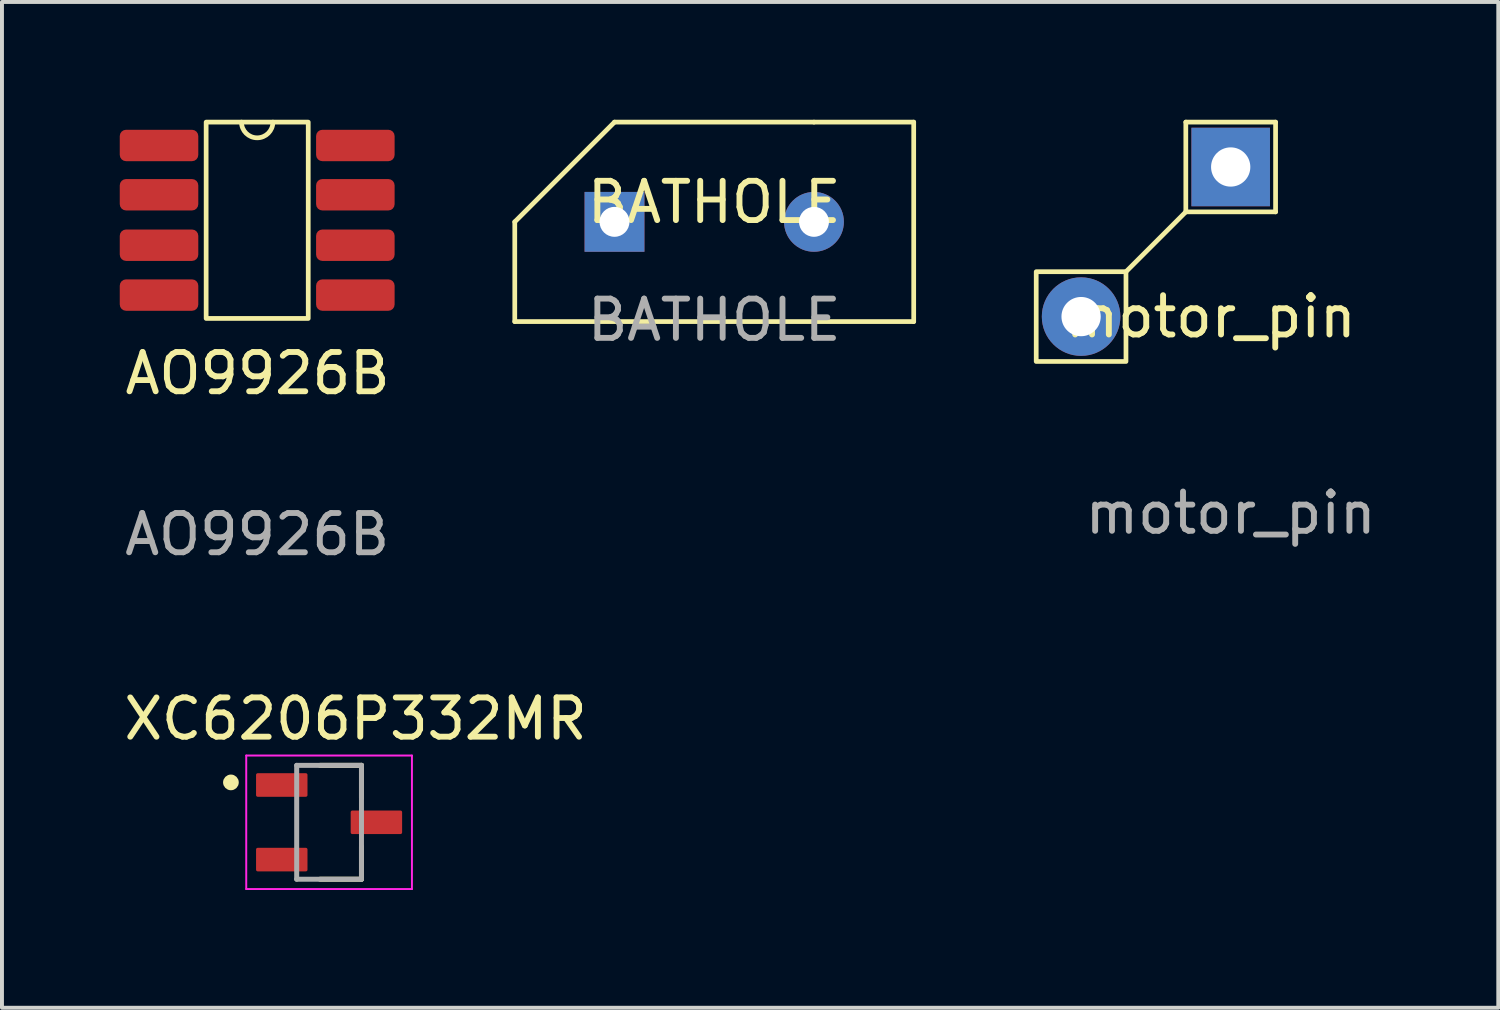
<source format=kicad_pcb>
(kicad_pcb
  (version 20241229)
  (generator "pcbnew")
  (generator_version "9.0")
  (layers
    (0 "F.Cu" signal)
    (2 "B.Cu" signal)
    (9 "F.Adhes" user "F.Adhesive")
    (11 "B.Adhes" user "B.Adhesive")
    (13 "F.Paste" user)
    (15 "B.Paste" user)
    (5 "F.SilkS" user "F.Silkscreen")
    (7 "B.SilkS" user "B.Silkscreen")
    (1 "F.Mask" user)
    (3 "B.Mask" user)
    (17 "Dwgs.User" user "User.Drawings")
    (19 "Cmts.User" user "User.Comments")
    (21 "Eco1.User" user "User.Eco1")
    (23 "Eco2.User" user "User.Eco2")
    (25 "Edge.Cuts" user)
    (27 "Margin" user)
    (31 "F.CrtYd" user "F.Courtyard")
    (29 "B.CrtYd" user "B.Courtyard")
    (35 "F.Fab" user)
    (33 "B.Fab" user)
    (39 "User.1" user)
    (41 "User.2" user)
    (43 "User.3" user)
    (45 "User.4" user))
  (footprint "motor_pin"
    (layer "F.Cu")
    (at 28.293 5.013)
    (property "Reference" "motor_pin" (at -0.508 0 0) (unlocked yes) (layer "F.SilkS") (effects (font (size 1 1) (thickness 0.15))))
    (attr through_hole)
    (fp_line (start -2.667 -1.143) (end -1.143 -2.667) (stroke (width 0.12) (type solid)) (layer "F.SilkS"))
    (fp_line (start -1.143 -4.953) (end 1.143 -4.953) (stroke (width 0.12) (type solid)) (layer "F.SilkS"))
    (fp_line (start -1.143 -2.667) (end -1.143 -4.953) (stroke (width 0.12) (type solid)) (layer "F.SilkS"))
    (fp_line (start 1.143 -4.953) (end 1.143 -2.667) (stroke (width 0.12) (type solid)) (layer "F.SilkS"))
    (fp_line (start 1.143 -2.667) (end -1.143 -2.667) (stroke (width 0.12) (type solid)) (layer "F.SilkS"))
    (fp_rect (start -4.953 1.143) (end -2.667 -1.143) (stroke (width 0.12) (type solid)) (fill no) (layer "F.SilkS"))
    (fp_text user "${REFERENCE}" (at 0 5 0) (unlocked yes) (layer "F.Fab") (effects (font (size 1 1) (thickness 0.15))))
    (pad "1" thru_hole circle (at -3.81 0) (size 2 2) (drill 1) (layers "*.Cu" "*.Mask"))
    (pad "2" thru_hole rect (at 0 -3.81) (size 2 2) (drill 1) (layers "*.Cu" "*.Mask")))
  (footprint "XC6206P332MR"
    (layer "F.Cu")
    (at 5.331 17.892)
    (property "Reference" "XC6206P332MR" (at 0.675 -2.635 0) (layer "F.SilkS") (effects (font (size 1 1) (thickness 0.15))))
    (attr through_hole)
    (fp_line (start -0.23 1.45) (end 0.825 1.45) (stroke (width 0.127) (type solid)) (layer "F.SilkS"))
    (fp_line (start 0.825 -1.45) (end -0.23 -1.45) (stroke (width 0.127) (type solid)) (layer "F.SilkS"))
    (fp_line (start 0.825 -0.62) (end 0.825 -1.45) (stroke (width 0.127) (type solid)) (layer "F.SilkS"))
    (fp_line (start 0.825 1.45) (end 0.825 0.62) (stroke (width 0.127) (type solid)) (layer "F.SilkS"))
    (fp_circle (center -2.5 -1.016) (end -2.4 -1.016) (stroke (width 0.2) (type solid)) (fill no) (layer "F.SilkS"))
    (fp_line (start -2.11 -1.7) (end 2.11 -1.7) (stroke (width 0.05) (type solid)) (layer "F.CrtYd"))
    (fp_line (start -2.11 1.7) (end -2.11 -1.7) (stroke (width 0.05) (type solid)) (layer "F.CrtYd"))
    (fp_line (start 2.11 -1.7) (end 2.11 1.7) (stroke (width 0.05) (type solid)) (layer "F.CrtYd"))
    (fp_line (start 2.11 1.7) (end -2.11 1.7) (stroke (width 0.05) (type solid)) (layer "F.CrtYd"))
    (fp_line (start -0.825 -1.45) (end -0.825 1.45) (stroke (width 0.127) (type solid)) (layer "F.Fab"))
    (fp_line (start -0.825 1.45) (end 0.825 1.45) (stroke (width 0.127) (type solid)) (layer "F.Fab"))
    (fp_line (start 0.825 -1.45) (end -0.825 -1.45) (stroke (width 0.127) (type solid)) (layer "F.Fab"))
    (fp_line (start 0.825 1.45) (end 0.825 -1.45) (stroke (width 0.127) (type solid)) (layer "F.Fab"))
    (pad "1" smd roundrect (at -1.205 -0.95) (size 1.31 0.6) (layers "F.Cu" "F.Mask" "F.Paste") (roundrect_rratio 0.07))
    (pad "2" smd roundrect (at -1.205 0.95) (size 1.31 0.6) (layers "F.Cu" "F.Mask" "F.Paste") (roundrect_rratio 0.07))
    (pad "3" smd roundrect (at 1.205 0) (size 1.31 0.6) (layers "F.Cu" "F.Mask" "F.Paste") (roundrect_rratio 0.07)))
  (footprint "BATHOLE"
    (layer "F.Cu")
    (at 15.14 2.6)
    (property "Reference" "BATHOLE" (at 0 -0.5 0) (unlocked yes) (layer "F.SilkS") (effects (font (size 1 1) (thickness 0.15))))
    (attr through_hole)
    (fp_line (start -5.08 0) (end -2.54 -2.54) (stroke (width 0.12) (type solid)) (layer "F.SilkS"))
    (fp_line (start -5.08 2.54) (end -5.08 0) (stroke (width 0.12) (type solid)) (layer "F.SilkS"))
    (fp_line (start -2.54 -2.54) (end 2.54 -2.54) (stroke (width 0.12) (type solid)) (layer "F.SilkS"))
    (fp_line (start 2.54 -2.54) (end 5.08 -2.54) (stroke (width 0.12) (type solid)) (layer "F.SilkS"))
    (fp_line (start 5.08 -2.54) (end 5.08 2.54) (stroke (width 0.12) (type solid)) (layer "F.SilkS"))
    (fp_line (start 5.08 2.54) (end -5.08 2.54) (stroke (width 0.12) (type solid)) (layer "F.SilkS"))
    (fp_text user "${REFERENCE}" (at 0 2.5 0) (unlocked yes) (layer "F.Fab") (effects (font (size 1 1) (thickness 0.15))))
    (pad "1" thru_hole rect (at -2.54 0) (size 1.524 1.524) (drill 0.762) (layers "*.Cu" "*.Mask"))
    (pad "2" thru_hole circle (at 2.54 0) (size 1.524 1.524) (drill 0.762) (layers "*.Cu" "*.Mask")))
  (footprint "AO9926B"
    (layer "F.Cu")
    (at 3.5 2.56)
    (property "Reference" "AO9926B" (at 0.01 3.9 0) (unlocked yes) (layer "F.SilkS") (effects (font (size 1 1) (thickness 0.15))))
    (attr smd)
    (fp_rect (start -1.3 2.5) (end 1.3 -2.5) (stroke (width 0.12) (type solid)) (fill no) (layer "F.SilkS"))
    (fp_arc (start 0.4 -2.5) (mid 0 -2.1) (end -0.4 -2.5) (stroke (width 0.12) (type solid)) (layer "F.SilkS"))
    (fp_text user "${REFERENCE}" (at 0 8 0) (unlocked yes) (layer "F.Fab") (effects (font (size 1 1) (thickness 0.15))))
    (pad "1" smd roundrect (at -2.5 -1.905) (size 2 0.8) (layers "F.Cu" "F.Mask" "F.Paste") (roundrect_rratio 0.2))
    (pad "2" smd roundrect (at -2.5 -0.65) (size 2 0.8) (layers "F.Cu" "F.Mask" "F.Paste") (roundrect_rratio 0.2))
    (pad "3" smd roundrect (at -2.5 0.635) (size 2 0.8) (layers "F.Cu" "F.Mask" "F.Paste") (roundrect_rratio 0.2))
    (pad "4" smd roundrect (at -2.5 1.905) (size 2 0.8) (layers "F.Cu" "F.Mask" "F.Paste") (roundrect_rratio 0.2))
    (pad "5" smd roundrect (at 2.5 1.905) (size 2 0.8) (layers "F.Cu" "F.Mask" "F.Paste") (roundrect_rratio 0.2))
    (pad "6" smd roundrect (at 2.5 0.635) (size 2 0.8) (layers "F.Cu" "F.Mask" "F.Paste") (roundrect_rratio 0.2))
    (pad "7" smd roundrect (at 2.5 -0.65) (size 2 0.8) (layers "F.Cu" "F.Mask" "F.Paste") (roundrect_rratio 0.2))
    (pad "8" smd roundrect (at 2.5 -1.905) (size 2 0.8) (layers "F.Cu" "F.Mask" "F.Paste") (roundrect_rratio 0.2)))
  (gr_rect
    (start -3 -3)
    (end 35.108 22.616)
    (stroke (width 0.1) (type default))
    (fill no)
    (layer "Edge.Cuts")))
</source>
